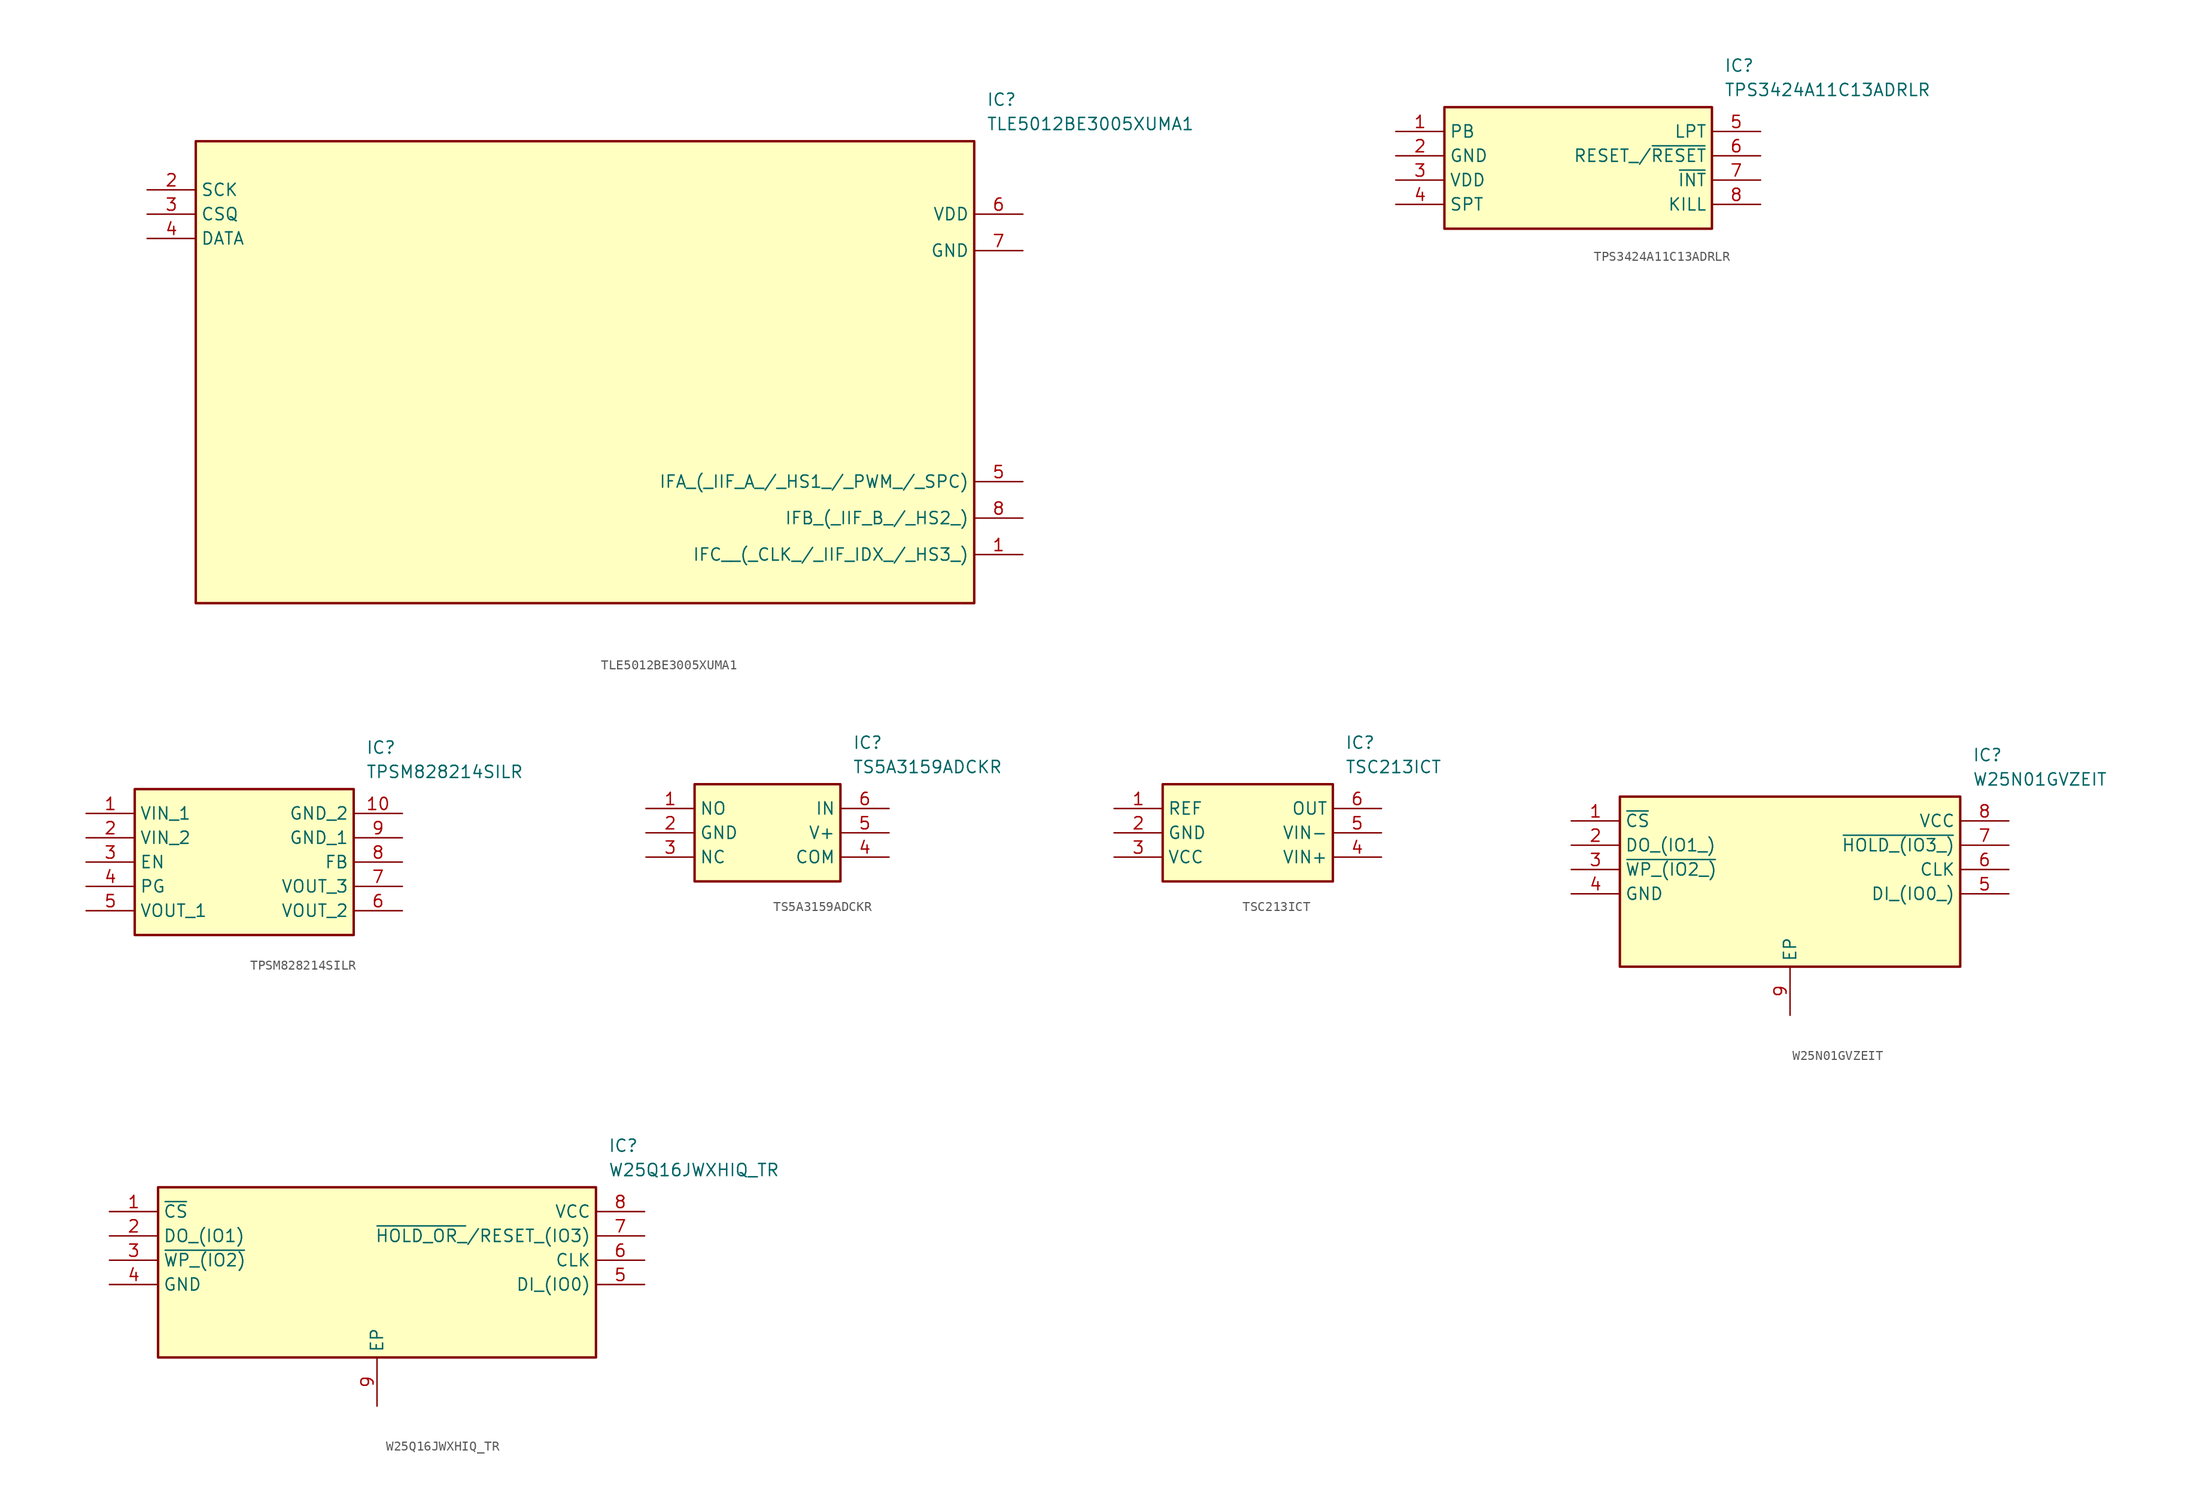
<source format=kicad_sym>
(kicad_symbol_lib
  (version 20241209)
  (generator "kicad_symbol_editor")
  (generator_version "9.0")
  (symbol "TLE5012BE3005XUMA1"
    (property "Reference" "IC"
      (at 87.63 7.62 0)
      (effects (font (size 1.27 1.27)) (justify left top)))
    (property "Value" "TLE5012BE3005XUMA1"
      (at 87.63 5.08 0)
      (effects (font (size 1.27 1.27)) (justify left top)))
    (symbol "TLE5012BE3005XUMA1_1_1"
      (rectangle (start 5.08 2.54) (end 86.36 -45.72) (stroke (width 0.254) (type default)) (fill (type background)))
      (pin input line (at 0 -2.54 0) (length 5.08) (name "SCK" (effects (font (size 1.27 1.27)))) (number "2" (effects (font (size 1.27 1.27)))))
      (pin input line (at 0 -5.08 0) (length 5.08) (name "CSQ" (effects (font (size 1.27 1.27)))) (number "3" (effects (font (size 1.27 1.27)))))
      (pin bidirectional line (at 0 -7.62 0) (length 5.08) (name "DATA" (effects (font (size 1.27 1.27)))) (number "4" (effects (font (size 1.27 1.27)))))
      (pin power_in line (at 91.44 -5.08 180) (length 5.08) (name "VDD" (effects (font (size 1.27 1.27)))) (number "6" (effects (font (size 1.27 1.27)))))
      (pin power_in line (at 91.44 -8.89 180) (length 5.08) (name "GND" (effects (font (size 1.27 1.27)))) (number "7" (effects (font (size 1.27 1.27)))))
      (pin bidirectional line (at 91.44 -33.02 180) (length 5.08) (name "IFA_(_IIF_A_/_HS1_/_PWM_/_SPC)" (effects (font (size 1.27 1.27)))) (number "5" (effects (font (size 1.27 1.27)))))
      (pin output line (at 91.44 -36.83 180) (length 5.08) (name "IFB_(_IIF_B_/_HS2_)" (effects (font (size 1.27 1.27)))) (number "8" (effects (font (size 1.27 1.27)))))
      (pin bidirectional line (at 91.44 -40.64 180) (length 5.08) (name "IFC__(_CLK_/_IIF_IDX_/_HS3_)" (effects (font (size 1.27 1.27)))) (number "1" (effects (font (size 1.27 1.27)))))))
  (symbol "TPS3424A11C13ADRLR"
    (property "Reference" "IC"
      (at 34.29 7.62 0)
      (effects (font (size 1.27 1.27)) (justify left top)))
    (property "Value" "TPS3424A11C13ADRLR"
      (at 34.29 5.08 0)
      (effects (font (size 1.27 1.27)) (justify left top)))
    (symbol "TPS3424A11C13ADRLR_1_1"
      (rectangle (start 5.08 2.54) (end 33.02 -10.16) (stroke (width 0.254) (type default)) (fill (type background)))
      (pin passive line (at 0 0 0) (length 5.08) (name "PB" (effects (font (size 1.27 1.27)))) (number "1" (effects (font (size 1.27 1.27)))))
      (pin passive line (at 0 -2.54 0) (length 5.08) (name "GND" (effects (font (size 1.27 1.27)))) (number "2" (effects (font (size 1.27 1.27)))))
      (pin passive line (at 0 -5.08 0) (length 5.08) (name "VDD" (effects (font (size 1.27 1.27)))) (number "3" (effects (font (size 1.27 1.27)))))
      (pin passive line (at 0 -7.62 0) (length 5.08) (name "SPT" (effects (font (size 1.27 1.27)))) (number "4" (effects (font (size 1.27 1.27)))))
      (pin passive line (at 38.1 0 180) (length 5.08) (name "LPT" (effects (font (size 1.27 1.27)))) (number "5" (effects (font (size 1.27 1.27)))))
      (pin passive line (at 38.1 -2.54 180) (length 5.08) (name "RESET_/~{RESET}" (effects (font (size 1.27 1.27)))) (number "6" (effects (font (size 1.27 1.27)))))
      (pin passive line (at 38.1 -5.08 180) (length 5.08) (name "~{INT}" (effects (font (size 1.27 1.27)))) (number "7" (effects (font (size 1.27 1.27)))))
      (pin passive line (at 38.1 -7.62 180) (length 5.08) (name "KILL" (effects (font (size 1.27 1.27)))) (number "8" (effects (font (size 1.27 1.27)))))))
  (symbol "TPSM828214SILR"
    (property "Reference" "IC"
      (at 29.21 7.62 0)
      (effects (font (size 1.27 1.27)) (justify left top)))
    (property "Value" "TPSM828214SILR"
      (at 29.21 5.08 0)
      (effects (font (size 1.27 1.27)) (justify left top)))
    (symbol "TPSM828214SILR_1_1"
      (rectangle (start 5.08 2.54) (end 27.94 -12.7) (stroke (width 0.254) (type default)) (fill (type background)))
      (pin passive line (at 0 0 0) (length 5.08) (name "VIN_1" (effects (font (size 1.27 1.27)))) (number "1" (effects (font (size 1.27 1.27)))))
      (pin passive line (at 0 -2.54 0) (length 5.08) (name "VIN_2" (effects (font (size 1.27 1.27)))) (number "2" (effects (font (size 1.27 1.27)))))
      (pin passive line (at 0 -5.08 0) (length 5.08) (name "EN" (effects (font (size 1.27 1.27)))) (number "3" (effects (font (size 1.27 1.27)))))
      (pin passive line (at 0 -7.62 0) (length 5.08) (name "PG" (effects (font (size 1.27 1.27)))) (number "4" (effects (font (size 1.27 1.27)))))
      (pin passive line (at 0 -10.16 0) (length 5.08) (name "VOUT_1" (effects (font (size 1.27 1.27)))) (number "5" (effects (font (size 1.27 1.27)))))
      (pin passive line (at 33.02 0 180) (length 5.08) (name "GND_2" (effects (font (size 1.27 1.27)))) (number "10" (effects (font (size 1.27 1.27)))))
      (pin passive line (at 33.02 -2.54 180) (length 5.08) (name "GND_1" (effects (font (size 1.27 1.27)))) (number "9" (effects (font (size 1.27 1.27)))))
      (pin passive line (at 33.02 -5.08 180) (length 5.08) (name "FB" (effects (font (size 1.27 1.27)))) (number "8" (effects (font (size 1.27 1.27)))))
      (pin passive line (at 33.02 -7.62 180) (length 5.08) (name "VOUT_3" (effects (font (size 1.27 1.27)))) (number "7" (effects (font (size 1.27 1.27)))))
      (pin passive line (at 33.02 -10.16 180) (length 5.08) (name "VOUT_2" (effects (font (size 1.27 1.27)))) (number "6" (effects (font (size 1.27 1.27)))))))
  (symbol "TS5A3159ADCKR"
    (property "Reference" "IC"
      (at 21.59 7.62 0)
      (effects (font (size 1.27 1.27)) (justify left top)))
    (property "Value" "TS5A3159ADCKR"
      (at 21.59 5.08 0)
      (effects (font (size 1.27 1.27)) (justify left top)))
    (symbol "TS5A3159ADCKR_1_1"
      (rectangle (start 5.08 2.54) (end 20.32 -7.62) (stroke (width 0.254) (type default)) (fill (type background)))
      (pin free line (at 0 0 0) (length 5.08) (name "NO" (effects (font (size 1.27 1.27)))) (number "1" (effects (font (size 1.27 1.27)))))
      (pin passive line (at 0 -2.54 0) (length 5.08) (name "GND" (effects (font (size 1.27 1.27)))) (number "2" (effects (font (size 1.27 1.27)))))
      (pin free line (at 0 -5.08 0) (length 5.08) (name "NC" (effects (font (size 1.27 1.27)))) (number "3" (effects (font (size 1.27 1.27)))))
      (pin passive line (at 25.4 0 180) (length 5.08) (name "IN" (effects (font (size 1.27 1.27)))) (number "6" (effects (font (size 1.27 1.27)))))
      (pin passive line (at 25.4 -2.54 180) (length 5.08) (name "V+" (effects (font (size 1.27 1.27)))) (number "5" (effects (font (size 1.27 1.27)))))
      (pin passive line (at 25.4 -5.08 180) (length 5.08) (name "COM" (effects (font (size 1.27 1.27)))) (number "4" (effects (font (size 1.27 1.27)))))))
  (symbol "TSC213ICT"
    (property "Reference" "IC"
      (at 24.13 7.62 0)
      (effects (font (size 1.27 1.27)) (justify left top)))
    (property "Value" "TSC213ICT"
      (at 24.13 5.08 0)
      (effects (font (size 1.27 1.27)) (justify left top)))
    (symbol "TSC213ICT_1_1"
      (rectangle (start 5.08 2.54) (end 22.86 -7.62) (stroke (width 0.254) (type default)) (fill (type background)))
      (pin passive line (at 0 0 0) (length 5.08) (name "REF" (effects (font (size 1.27 1.27)))) (number "1" (effects (font (size 1.27 1.27)))))
      (pin passive line (at 0 -2.54 0) (length 5.08) (name "GND" (effects (font (size 1.27 1.27)))) (number "2" (effects (font (size 1.27 1.27)))))
      (pin passive line (at 0 -5.08 0) (length 5.08) (name "VCC" (effects (font (size 1.27 1.27)))) (number "3" (effects (font (size 1.27 1.27)))))
      (pin passive line (at 27.94 0 180) (length 5.08) (name "OUT" (effects (font (size 1.27 1.27)))) (number "6" (effects (font (size 1.27 1.27)))))
      (pin passive line (at 27.94 -2.54 180) (length 5.08) (name "VIN-" (effects (font (size 1.27 1.27)))) (number "5" (effects (font (size 1.27 1.27)))))
      (pin passive line (at 27.94 -5.08 180) (length 5.08) (name "VIN+" (effects (font (size 1.27 1.27)))) (number "4" (effects (font (size 1.27 1.27)))))))
  (symbol "W25N01GVZEIT"
    (property "Reference" "IC"
      (at 41.91 7.62 0)
      (effects (font (size 1.27 1.27)) (justify left top)))
    (property "Value" "W25N01GVZEIT"
      (at 41.91 5.08 0)
      (effects (font (size 1.27 1.27)) (justify left top)))
    (symbol "W25N01GVZEIT_1_1"
      (rectangle (start 5.08 2.54) (end 40.64 -15.24) (stroke (width 0.254) (type default)) (fill (type background)))
      (pin passive line (at 0 0 0) (length 5.08) (name "~{CS}" (effects (font (size 1.27 1.27)))) (number "1" (effects (font (size 1.27 1.27)))))
      (pin passive line (at 0 -2.54 0) (length 5.08) (name "DO_(IO1_)" (effects (font (size 1.27 1.27)))) (number "2" (effects (font (size 1.27 1.27)))))
      (pin passive line (at 0 -5.08 0) (length 5.08) (name "~{WP_(IO2_)}" (effects (font (size 1.27 1.27)))) (number "3" (effects (font (size 1.27 1.27)))))
      (pin passive line (at 0 -7.62 0) (length 5.08) (name "GND" (effects (font (size 1.27 1.27)))) (number "4" (effects (font (size 1.27 1.27)))))
      (pin passive line (at 22.86 -20.32 90) (length 5.08) (name "EP" (effects (font (size 1.27 1.27)))) (number "9" (effects (font (size 1.27 1.27)))))
      (pin passive line (at 45.72 0 180) (length 5.08) (name "VCC" (effects (font (size 1.27 1.27)))) (number "8" (effects (font (size 1.27 1.27)))))
      (pin passive line (at 45.72 -2.54 180) (length 5.08) (name "~{HOLD_(IO3_)}" (effects (font (size 1.27 1.27)))) (number "7" (effects (font (size 1.27 1.27)))))
      (pin passive line (at 45.72 -5.08 180) (length 5.08) (name "CLK" (effects (font (size 1.27 1.27)))) (number "6" (effects (font (size 1.27 1.27)))))
      (pin passive line (at 45.72 -7.62 180) (length 5.08) (name "DI_(IO0_)" (effects (font (size 1.27 1.27)))) (number "5" (effects (font (size 1.27 1.27)))))))
  (symbol "W25Q16JWXHIQ_TR"
    (property "Reference" "IC"
      (at 52.07 7.62 0)
      (effects (font (size 1.27 1.27)) (justify left top)))
    (property "Value" "W25Q16JWXHIQ_TR"
      (at 52.07 5.08 0)
      (effects (font (size 1.27 1.27)) (justify left top)))
    (symbol "W25Q16JWXHIQ_TR_1_1"
      (rectangle (start 5.08 2.54) (end 50.8 -15.24) (stroke (width 0.254) (type default)) (fill (type background)))
      (pin passive line (at 0 0 0) (length 5.08) (name "~{CS}" (effects (font (size 1.27 1.27)))) (number "1" (effects (font (size 1.27 1.27)))))
      (pin passive line (at 0 -2.54 0) (length 5.08) (name "DO_(IO1)" (effects (font (size 1.27 1.27)))) (number "2" (effects (font (size 1.27 1.27)))))
      (pin passive line (at 0 -5.08 0) (length 5.08) (name "~{WP_(IO2)}" (effects (font (size 1.27 1.27)))) (number "3" (effects (font (size 1.27 1.27)))))
      (pin passive line (at 0 -7.62 0) (length 5.08) (name "GND" (effects (font (size 1.27 1.27)))) (number "4" (effects (font (size 1.27 1.27)))))
      (pin passive line (at 27.94 -20.32 90) (length 5.08) (name "EP" (effects (font (size 1.27 1.27)))) (number "9" (effects (font (size 1.27 1.27)))))
      (pin passive line (at 55.88 0 180) (length 5.08) (name "VCC" (effects (font (size 1.27 1.27)))) (number "8" (effects (font (size 1.27 1.27)))))
      (pin passive line (at 55.88 -2.54 180) (length 5.08) (name "~{HOLD_OR_}/RESET_(IO3)" (effects (font (size 1.27 1.27)))) (number "7" (effects (font (size 1.27 1.27)))))
      (pin passive line (at 55.88 -5.08 180) (length 5.08) (name "CLK" (effects (font (size 1.27 1.27)))) (number "6" (effects (font (size 1.27 1.27)))))
      (pin passive line (at 55.88 -7.62 180) (length 5.08) (name "DI_(IO0)" (effects (font (size 1.27 1.27)))) (number "5" (effects (font (size 1.27 1.27))))))))
</source>
